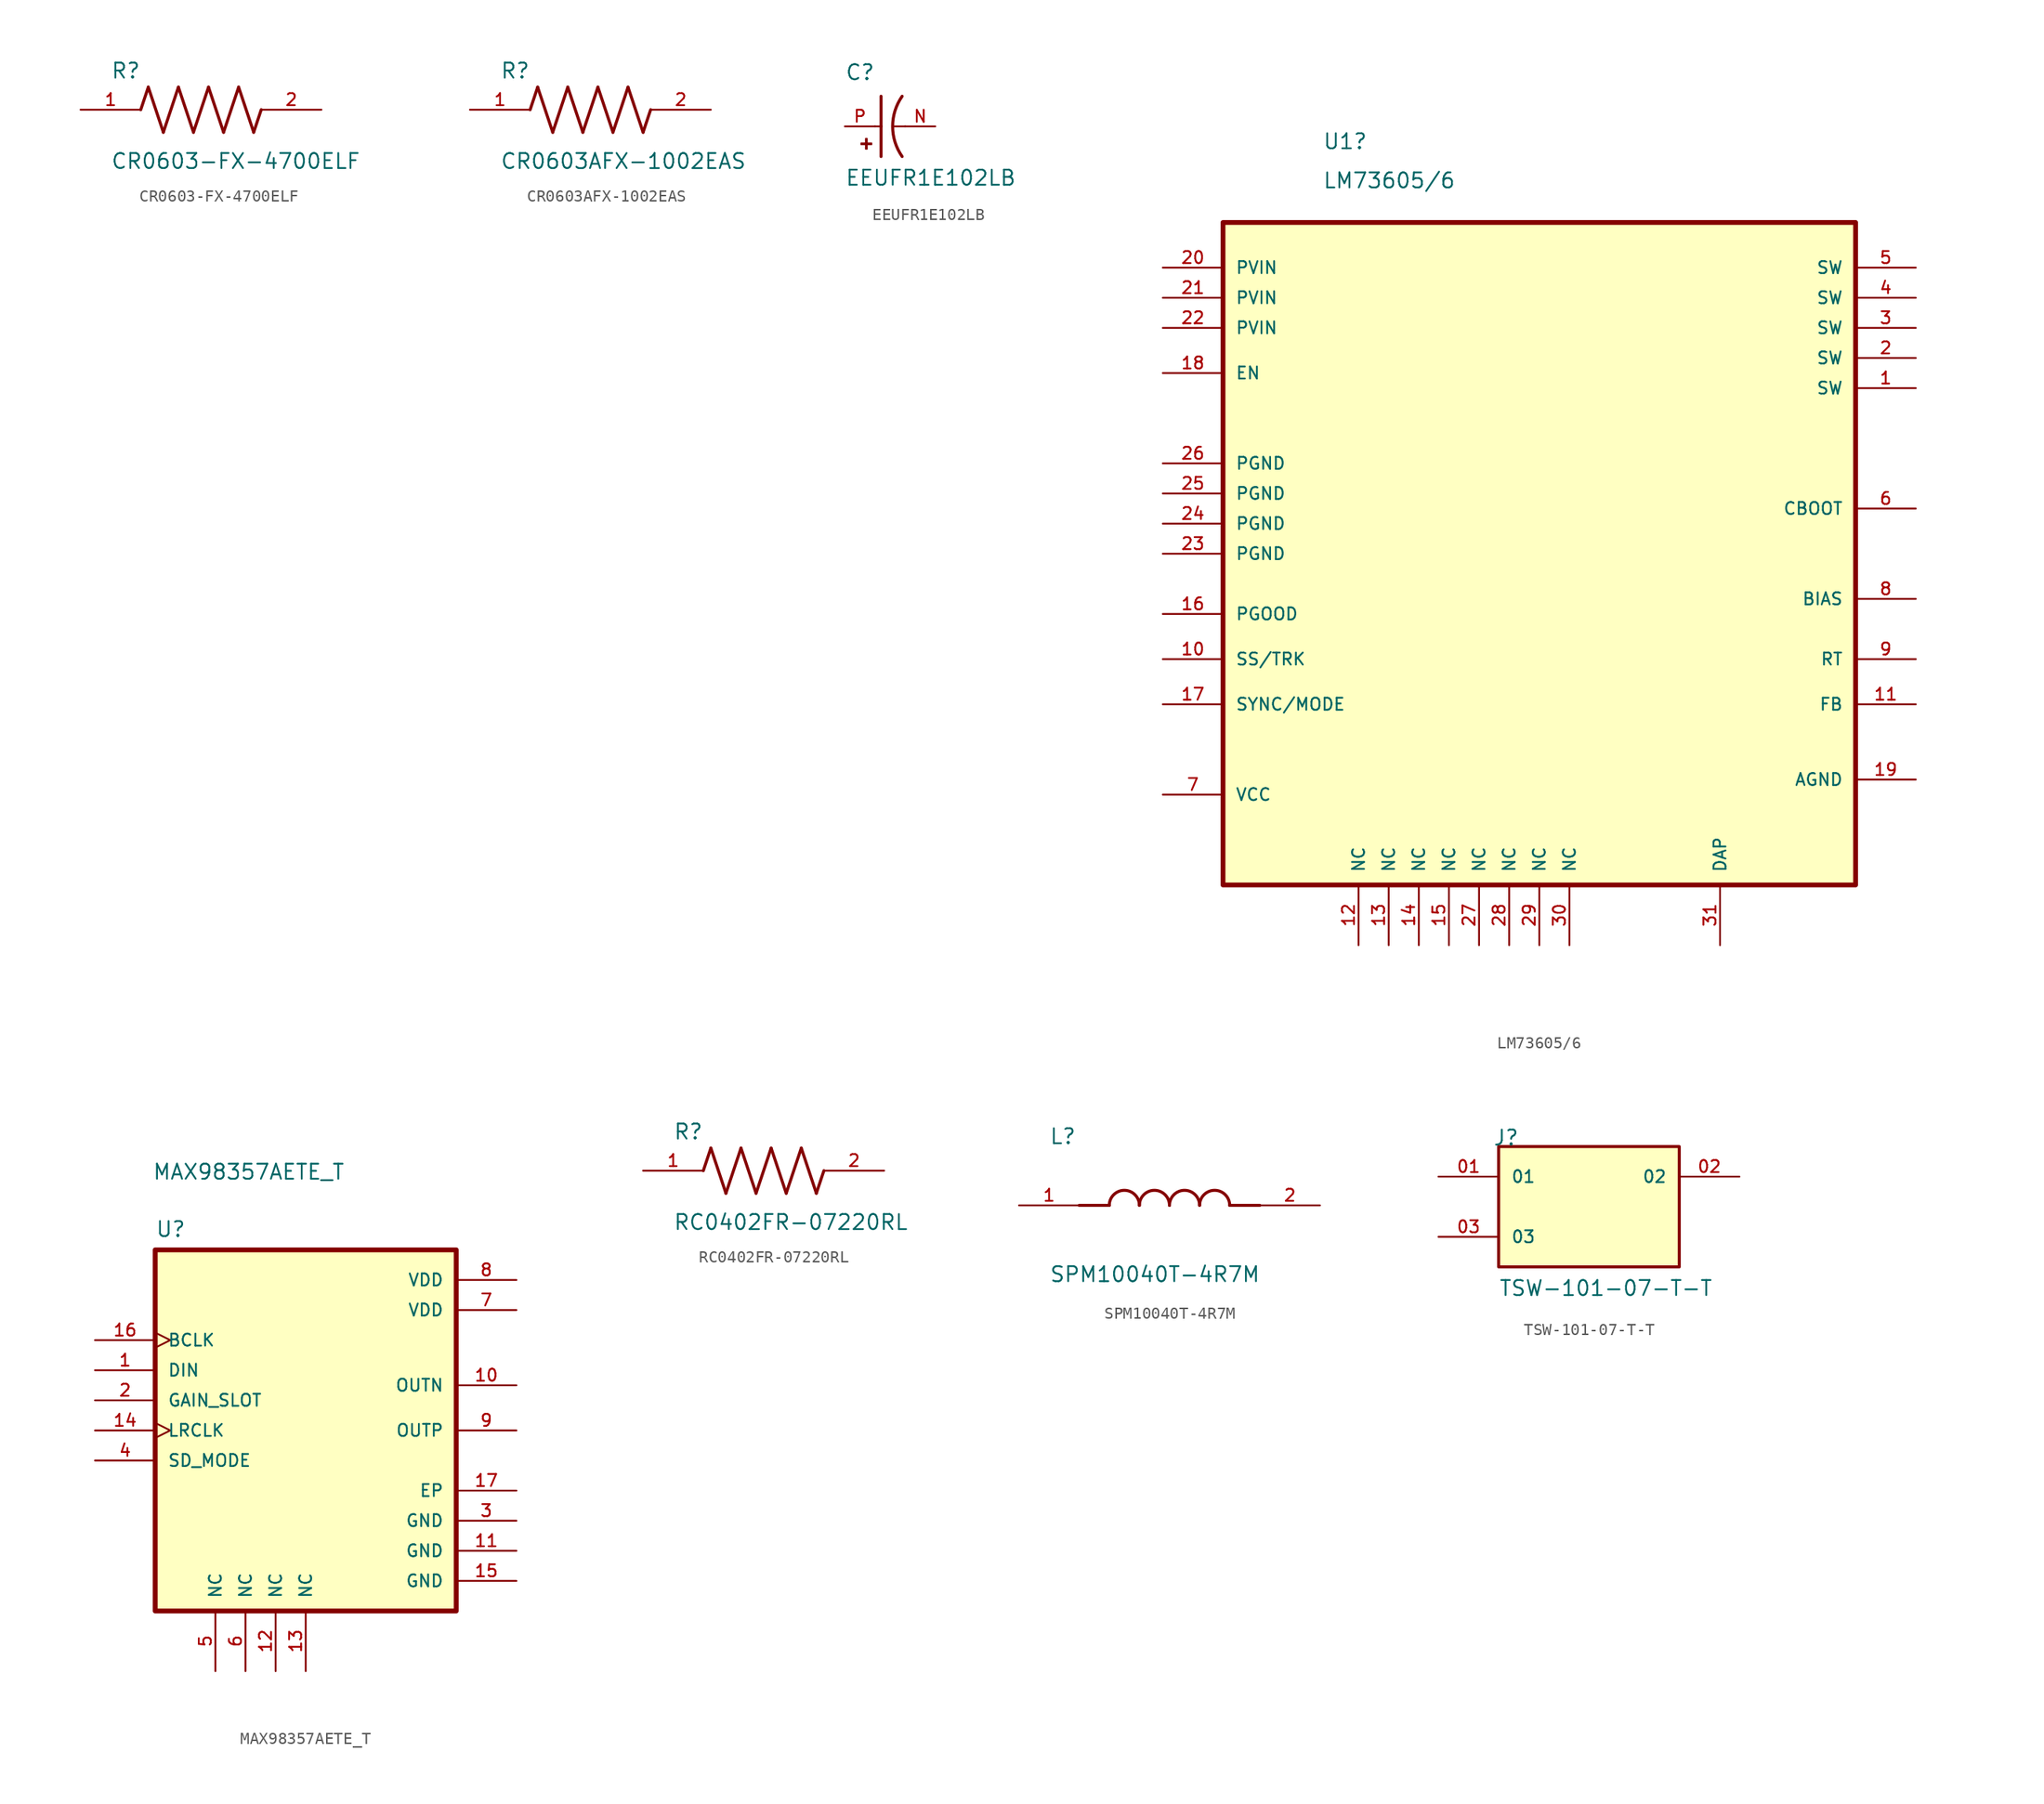
<source format=kicad_sym>
(kicad_symbol_lib
  (version 20241209)
  (generator "kicad_symbol_editor")
  (generator_version "9.0")
  (symbol "CR0603-FX-4700ELF"
    (pin_names
      (offset 1.016))
    (property "Reference" "R"
      (at -7.624 2.542 0)
      (effects (font (size 1.27 1.27)) (justify left bottom)))
    (property "Value" "CR0603-FX-4700ELF"
      (at -7.63 -5.087 0)
      (effects (font (size 1.27 1.27)) (justify left bottom)))
    (symbol "CR0603-FX-4700ELF_0_0"
      (polyline (pts (xy -5.08 0) (xy -4.445 1.905)) (stroke (width 0.254) (type default)) (fill (type none)))
      (polyline (pts (xy -4.445 1.905) (xy -3.175 -1.905)) (stroke (width 0.254) (type default)) (fill (type none)))
      (polyline (pts (xy -3.175 -1.905) (xy -1.905 1.905)) (stroke (width 0.254) (type default)) (fill (type none)))
      (polyline (pts (xy -1.905 1.905) (xy -0.635 -1.905)) (stroke (width 0.254) (type default)) (fill (type none)))
      (polyline (pts (xy -0.635 -1.905) (xy 0.635 1.905)) (stroke (width 0.254) (type default)) (fill (type none)))
      (polyline (pts (xy 0.635 1.905) (xy 1.905 -1.905)) (stroke (width 0.254) (type default)) (fill (type none)))
      (polyline (pts (xy 1.905 -1.905) (xy 3.175 1.905)) (stroke (width 0.254) (type default)) (fill (type none)))
      (polyline (pts (xy 3.175 1.905) (xy 4.445 -1.905)) (stroke (width 0.254) (type default)) (fill (type none)))
      (polyline (pts (xy 4.445 -1.905) (xy 5.08 0)) (stroke (width 0.254) (type default)) (fill (type none)))
      (pin passive line (at -10.16 0 0) (length 5.08) (name "~" (effects (font (size 1.016 1.016)))) (number "1" (effects (font (size 1.016 1.016)))))
      (pin passive line (at 10.16 0 180) (length 5.08) (name "~" (effects (font (size 1.016 1.016)))) (number "2" (effects (font (size 1.016 1.016)))))))
  (symbol "CR0603AFX-1002EAS"
    (pin_names
      (offset 1.016))
    (property "Reference" "R"
      (at -7.624 2.542 0)
      (effects (font (size 1.27 1.27)) (justify left bottom)))
    (property "Value" "CR0603AFX-1002EAS"
      (at -7.63 -5.087 0)
      (effects (font (size 1.27 1.27)) (justify left bottom)))
    (symbol "CR0603AFX-1002EAS_0_0"
      (polyline (pts (xy -5.08 0) (xy -4.445 1.905)) (stroke (width 0.254) (type default)) (fill (type none)))
      (polyline (pts (xy -4.445 1.905) (xy -3.175 -1.905)) (stroke (width 0.254) (type default)) (fill (type none)))
      (polyline (pts (xy -3.175 -1.905) (xy -1.905 1.905)) (stroke (width 0.254) (type default)) (fill (type none)))
      (polyline (pts (xy -1.905 1.905) (xy -0.635 -1.905)) (stroke (width 0.254) (type default)) (fill (type none)))
      (polyline (pts (xy -0.635 -1.905) (xy 0.635 1.905)) (stroke (width 0.254) (type default)) (fill (type none)))
      (polyline (pts (xy 0.635 1.905) (xy 1.905 -1.905)) (stroke (width 0.254) (type default)) (fill (type none)))
      (polyline (pts (xy 1.905 -1.905) (xy 3.175 1.905)) (stroke (width 0.254) (type default)) (fill (type none)))
      (polyline (pts (xy 3.175 1.905) (xy 4.445 -1.905)) (stroke (width 0.254) (type default)) (fill (type none)))
      (polyline (pts (xy 4.445 -1.905) (xy 5.08 0)) (stroke (width 0.254) (type default)) (fill (type none)))
      (pin passive line (at -10.16 0 0) (length 5.08) (name "~" (effects (font (size 1.016 1.016)))) (number "1" (effects (font (size 1.016 1.016)))))
      (pin passive line (at 10.16 0 180) (length 5.08) (name "~" (effects (font (size 1.016 1.016)))) (number "2" (effects (font (size 1.016 1.016)))))))
  (symbol "EEUFR1E102LB"
    (pin_names
      (offset 1.016))
    (property "Reference" "C"
      (at -2.54 3.81 0)
      (effects (font (size 1.27 1.27)) (justify left bottom)))
    (property "Value" "EEUFR1E102LB"
      (at -2.54 -5.08 0)
      (effects (font (size 1.27 1.27)) (justify left bottom)))
    (symbol "EEUFR1E102LB_0_0"
      (rectangle (start -1.173 -1.532) (end -0.284 -1.405) (stroke (width 0.1) (type default)) (fill (type outline)))
      (rectangle (start -0.792 -1.913) (end -0.665 -1.024) (stroke (width 0.1) (type default)) (fill (type outline)))
      (polyline (pts (xy 0 0) (xy 0.508 0)) (stroke (width 0.152) (type default)) (fill (type none)))
      (polyline (pts (xy 0.508 2.54) (xy 0.508 0)) (stroke (width 0.254) (type default)) (fill (type none)))
      (polyline (pts (xy 0.508 0) (xy 0.508 -2.54)) (stroke (width 0.254) (type default)) (fill (type none)))
      (polyline (pts (xy 2.54 0) (xy 1.524 0)) (stroke (width 0.152) (type default)) (fill (type none)))
      (arc (start 2.286 -2.54) (mid 1.4851 0) (end 2.286 2.54) (stroke (width 0.254) (type default)) (fill (type none)))
      (pin passive line (at -2.54 0 0) (length 2.54) (name "~" (effects (font (size 1.016 1.016)))) (number "P" (effects (font (size 1.016 1.016)))))
      (pin passive line (at 5.08 0 180) (length 2.54) (name "~" (effects (font (size 1.016 1.016)))) (number "N" (effects (font (size 1.016 1.016)))))))
  (symbol "LM73605/6"
    (pin_names
      (offset 1.016))
    (property "Reference" "U1"
      (at -4.318 31.496 0)
      (effects (font (size 1.27 1.27)) (justify left bottom)))
    (property "Value" "LM73605/6"
      (at -4.318 28.194 0)
      (effects (font (size 1.27 1.27)) (justify left bottom)))
    (symbol "LM73605/6_0_0"
      (rectangle (start -12.7 25.4) (end 40.64 -30.48) (stroke (width 0.406) (type default)) (fill (type background))))
    (symbol "LM73605/6_1_0"
      (pin input line (at -17.78 21.59 0) (length 5.08) (name "PVIN" (effects (font (size 1.016 1.016)))) (number "20" (effects (font (size 1.016 1.016)))))
      (pin input line (at -17.78 19.05 0) (length 5.08) (name "PVIN" (effects (font (size 1.016 1.016)))) (number "21" (effects (font (size 1.016 1.016)))))
      (pin input line (at -17.78 16.51 0) (length 5.08) (name "PVIN" (effects (font (size 1.016 1.016)))) (number "22" (effects (font (size 1.016 1.016)))))
      (pin input line (at -17.78 12.7 0) (length 5.08) (name "EN" (effects (font (size 1.016 1.016)))) (number "18" (effects (font (size 1.016 1.016)))))
      (pin input line (at -17.78 5.08 0) (length 5.08) (name "PGND" (effects (font (size 1.016 1.016)))) (number "26" (effects (font (size 1.016 1.016)))))
      (pin input line (at -17.78 2.54 0) (length 5.08) (name "PGND" (effects (font (size 1.016 1.016)))) (number "25" (effects (font (size 1.016 1.016)))))
      (pin input line (at -17.78 0 0) (length 5.08) (name "PGND" (effects (font (size 1.016 1.016)))) (number "24" (effects (font (size 1.016 1.016)))))
      (pin input line (at -17.78 -2.54 0) (length 5.08) (name "PGND" (effects (font (size 1.016 1.016)))) (number "23" (effects (font (size 1.016 1.016)))))
      (pin output line (at -17.78 -7.62 0) (length 5.08) (name "PGOOD" (effects (font (size 1.016 1.016)))) (number "16" (effects (font (size 1.016 1.016)))))
      (pin input line (at -17.78 -11.43 0) (length 5.08) (name "SS/TRK" (effects (font (size 1.016 1.016)))) (number "10" (effects (font (size 1.016 1.016)))))
      (pin input line (at -17.78 -15.24 0) (length 5.08) (name "SYNC/MODE" (effects (font (size 1.016 1.016)))) (number "17" (effects (font (size 1.016 1.016)))))
      (pin input line (at -17.78 -22.86 0) (length 5.08) (name "VCC" (effects (font (size 1.016 1.016)))) (number "7" (effects (font (size 1.016 1.016)))))
      (pin passive line (at -1.27 -35.56 90) (length 5.08) (name "NC" (effects (font (size 1.016 1.016)))) (number "12" (effects (font (size 1.016 1.016)))))
      (pin passive line (at 1.27 -35.56 90) (length 5.08) (name "NC" (effects (font (size 1.016 1.016)))) (number "13" (effects (font (size 1.016 1.016)))))
      (pin passive line (at 3.81 -35.56 90) (length 5.08) (name "NC" (effects (font (size 1.016 1.016)))) (number "14" (effects (font (size 1.016 1.016)))))
      (pin passive line (at 6.35 -35.56 90) (length 5.08) (name "NC" (effects (font (size 1.016 1.016)))) (number "15" (effects (font (size 1.016 1.016)))))
      (pin passive line (at 8.89 -35.56 90) (length 5.08) (name "NC" (effects (font (size 1.016 1.016)))) (number "27" (effects (font (size 1.016 1.016)))))
      (pin passive line (at 11.43 -35.56 90) (length 5.08) (name "NC" (effects (font (size 1.016 1.016)))) (number "28" (effects (font (size 1.016 1.016)))))
      (pin passive line (at 13.97 -35.56 90) (length 5.08) (name "NC" (effects (font (size 1.016 1.016)))) (number "29" (effects (font (size 1.016 1.016)))))
      (pin passive line (at 16.51 -35.56 90) (length 5.08) (name "NC" (effects (font (size 1.016 1.016)))) (number "30" (effects (font (size 1.016 1.016)))))
      (pin passive line (at 29.21 -35.56 90) (length 5.08) (name "DAP" (effects (font (size 1.016 1.016)))) (number "31" (effects (font (size 1.016 1.016)))))
      (pin output line (at 45.72 21.59 180) (length 5.08) (name "SW" (effects (font (size 1.016 1.016)))) (number "5" (effects (font (size 1.016 1.016)))))
      (pin output line (at 45.72 19.05 180) (length 5.08) (name "SW" (effects (font (size 1.016 1.016)))) (number "4" (effects (font (size 1.016 1.016)))))
      (pin output line (at 45.72 16.51 180) (length 5.08) (name "SW" (effects (font (size 1.016 1.016)))) (number "3" (effects (font (size 1.016 1.016)))))
      (pin output line (at 45.72 13.97 180) (length 5.08) (name "SW" (effects (font (size 1.016 1.016)))) (number "2" (effects (font (size 1.016 1.016)))))
      (pin output line (at 45.72 11.43 180) (length 5.08) (name "SW" (effects (font (size 1.016 1.016)))) (number "1" (effects (font (size 1.016 1.016)))))
      (pin input line (at 45.72 1.27 180) (length 5.08) (name "CBOOT" (effects (font (size 1.016 1.016)))) (number "6" (effects (font (size 1.016 1.016)))))
      (pin input line (at 45.72 -6.35 180) (length 5.08) (name "BIAS" (effects (font (size 1.016 1.016)))) (number "8" (effects (font (size 1.016 1.016)))))
      (pin input line (at 45.72 -11.43 180) (length 5.08) (name "RT" (effects (font (size 1.016 1.016)))) (number "9" (effects (font (size 1.016 1.016)))))
      (pin input line (at 45.72 -15.24 180) (length 5.08) (name "FB" (effects (font (size 1.016 1.016)))) (number "11" (effects (font (size 1.016 1.016)))))
      (pin input line (at 45.72 -21.59 180) (length 5.08) (name "AGND" (effects (font (size 1.016 1.016)))) (number "19" (effects (font (size 1.016 1.016)))))))
  (symbol "MAX98357AETE_T"
    (pin_names
      (offset 1.016))
    (property "Reference" "U"
      (at -12.7 16.24 0)
      (effects (font (size 1.27 1.27)) (justify left bottom)))
    (property "Value" "MAX98357AETE_T"
      (at -12.954 21.082 0)
      (effects (font (size 1.27 1.27)) (justify left bottom)))
    (symbol "MAX98357AETE_T_0_0"
      (rectangle (start -12.7 15.24) (end 12.7 -15.24) (stroke (width 0.41) (type default)) (fill (type background)))
      (pin input clock (at -17.78 7.62 0) (length 5.08) (name "BCLK" (effects (font (size 1.016 1.016)))) (number "16" (effects (font (size 1.016 1.016)))))
      (pin input line (at -17.78 5.08 0) (length 5.08) (name "DIN" (effects (font (size 1.016 1.016)))) (number "1" (effects (font (size 1.016 1.016)))))
      (pin input line (at -17.78 2.54 0) (length 5.08) (name "GAIN_SLOT" (effects (font (size 1.016 1.016)))) (number "2" (effects (font (size 1.016 1.016)))))
      (pin input clock (at -17.78 0 0) (length 5.08) (name "LRCLK" (effects (font (size 1.016 1.016)))) (number "14" (effects (font (size 1.016 1.016)))))
      (pin input line (at -17.78 -2.54 0) (length 5.08) (name "SD_MODE" (effects (font (size 1.016 1.016)))) (number "4" (effects (font (size 1.016 1.016)))))
      (pin power_in line (at 17.78 12.7 180) (length 5.08) (name "VDD" (effects (font (size 1.016 1.016)))) (number "8" (effects (font (size 1.016 1.016)))))
      (pin power_in line (at 17.78 10.16 180) (length 5.08) (name "VDD" (effects (font (size 1.016 1.016)))) (number "7" (effects (font (size 1.016 1.016)))))
      (pin output line (at 17.78 3.81 180) (length 5.08) (name "OUTN" (effects (font (size 1.016 1.016)))) (number "10" (effects (font (size 1.016 1.016)))))
      (pin output line (at 17.78 0 180) (length 5.08) (name "OUTP" (effects (font (size 1.016 1.016)))) (number "9" (effects (font (size 1.016 1.016)))))
      (pin power_in line (at 17.78 -5.08 180) (length 5.08) (name "EP" (effects (font (size 1.016 1.016)))) (number "17" (effects (font (size 1.016 1.016)))))
      (pin power_in line (at 17.78 -7.62 180) (length 5.08) (name "GND" (effects (font (size 1.016 1.016)))) (number "3" (effects (font (size 1.016 1.016)))))
      (pin power_in line (at 17.78 -10.16 180) (length 5.08) (name "GND" (effects (font (size 1.016 1.016)))) (number "11" (effects (font (size 1.016 1.016)))))
      (pin power_in line (at 17.78 -12.7 180) (length 5.08) (name "GND" (effects (font (size 1.016 1.016)))) (number "15" (effects (font (size 1.016 1.016))))))
    (symbol "MAX98357AETE_T_1_0"
      (pin passive line (at -7.62 -20.32 90) (length 5.08) (name "NC" (effects (font (size 1.016 1.016)))) (number "5" (effects (font (size 1.016 1.016)))))
      (pin passive line (at -5.08 -20.32 90) (length 5.08) (name "NC" (effects (font (size 1.016 1.016)))) (number "6" (effects (font (size 1.016 1.016)))))
      (pin passive line (at -2.54 -20.32 90) (length 5.08) (name "NC" (effects (font (size 1.016 1.016)))) (number "12" (effects (font (size 1.016 1.016)))))
      (pin passive line (at 0 -20.32 90) (length 5.08) (name "NC" (effects (font (size 1.016 1.016)))) (number "13" (effects (font (size 1.016 1.016)))))))
  (symbol "RC0402FR-07220RL"
    (pin_names
      (offset 1.016))
    (property "Reference" "R"
      (at -7.624 2.542 0)
      (effects (font (size 1.27 1.27)) (justify left bottom)))
    (property "Value" "RC0402FR-07220RL"
      (at -7.63 -5.087 0)
      (effects (font (size 1.27 1.27)) (justify left bottom)))
    (symbol "RC0402FR-07220RL_0_0"
      (polyline (pts (xy -5.08 0) (xy -4.445 1.905)) (stroke (width 0.254) (type default)) (fill (type none)))
      (polyline (pts (xy -4.445 1.905) (xy -3.175 -1.905)) (stroke (width 0.254) (type default)) (fill (type none)))
      (polyline (pts (xy -3.175 -1.905) (xy -1.905 1.905)) (stroke (width 0.254) (type default)) (fill (type none)))
      (polyline (pts (xy -1.905 1.905) (xy -0.635 -1.905)) (stroke (width 0.254) (type default)) (fill (type none)))
      (polyline (pts (xy -0.635 -1.905) (xy 0.635 1.905)) (stroke (width 0.254) (type default)) (fill (type none)))
      (polyline (pts (xy 0.635 1.905) (xy 1.905 -1.905)) (stroke (width 0.254) (type default)) (fill (type none)))
      (polyline (pts (xy 1.905 -1.905) (xy 3.175 1.905)) (stroke (width 0.254) (type default)) (fill (type none)))
      (polyline (pts (xy 3.175 1.905) (xy 4.445 -1.905)) (stroke (width 0.254) (type default)) (fill (type none)))
      (polyline (pts (xy 4.445 -1.905) (xy 5.08 0)) (stroke (width 0.254) (type default)) (fill (type none)))
      (pin passive line (at -10.16 0 0) (length 5.08) (name "~" (effects (font (size 1.016 1.016)))) (number "1" (effects (font (size 1.016 1.016)))))
      (pin passive line (at 10.16 0 180) (length 5.08) (name "~" (effects (font (size 1.016 1.016)))) (number "2" (effects (font (size 1.016 1.016)))))))
  (symbol "SPM10040T-4R7M"
    (pin_names
      (offset 1.016))
    (property "Reference" "L"
      (at -10.16 5.08 0)
      (effects (font (size 1.27 1.27)) (justify left bottom)))
    (property "Value" "SPM10040T-4R7M"
      (at -10.16 -5.08 0)
      (effects (font (size 1.27 1.27)) (justify left top)))
    (symbol "SPM10040T-4R7M_0_0"
      (polyline (pts (xy -5.08 0) (xy -7.62 0)) (stroke (width 0.254) (type default)) (fill (type none)))
      (arc (start -5.08 0) (mid -3.81 1.2645) (end -2.54 0) (stroke (width 0.254) (type default)) (fill (type none)))
      (arc (start -2.54 0) (mid -1.27 1.2645) (end 0 0) (stroke (width 0.254) (type default)) (fill (type none)))
      (arc (start 0 0) (mid 1.27 1.2645) (end 2.54 0) (stroke (width 0.254) (type default)) (fill (type none)))
      (arc (start 2.54 0) (mid 3.81 1.2645) (end 5.08 0) (stroke (width 0.254) (type default)) (fill (type none)))
      (polyline (pts (xy 5.08 0) (xy 7.62 0)) (stroke (width 0.254) (type default)) (fill (type none)))
      (pin passive line (at -12.7 0 0) (length 5.08) (name "~" (effects (font (size 1.016 1.016)))) (number "1" (effects (font (size 1.016 1.016)))))
      (pin passive line (at 12.7 0 180) (length 5.08) (name "~" (effects (font (size 1.016 1.016)))) (number "2" (effects (font (size 1.016 1.016)))))))
  (symbol "TSW-101-07-T-T"
    (pin_names
      (offset 1.016))
    (property "Reference" "J"
      (at -8.12 5.08 0)
      (effects (font (size 1.27 1.27)) (justify left bottom)))
    (property "Value" "TSW-101-07-T-T"
      (at -7.62 -7.62 0)
      (effects (font (size 1.27 1.27)) (justify left bottom)))
    (symbol "TSW-101-07-T-T_0_0"
      (rectangle (start -7.62 -5.08) (end 7.62 5.08) (stroke (width 0.254) (type default)) (fill (type background)))
      (pin passive line (at -12.7 2.54 0) (length 5.08) (name "01" (effects (font (size 1.016 1.016)))) (number "01" (effects (font (size 1.016 1.016)))))
      (pin passive line (at -12.7 -2.54 0) (length 5.08) (name "03" (effects (font (size 1.016 1.016)))) (number "03" (effects (font (size 1.016 1.016)))))
      (pin passive line (at 12.7 2.54 180) (length 5.08) (name "02" (effects (font (size 1.016 1.016)))) (number "02" (effects (font (size 1.016 1.016))))))))
</source>
